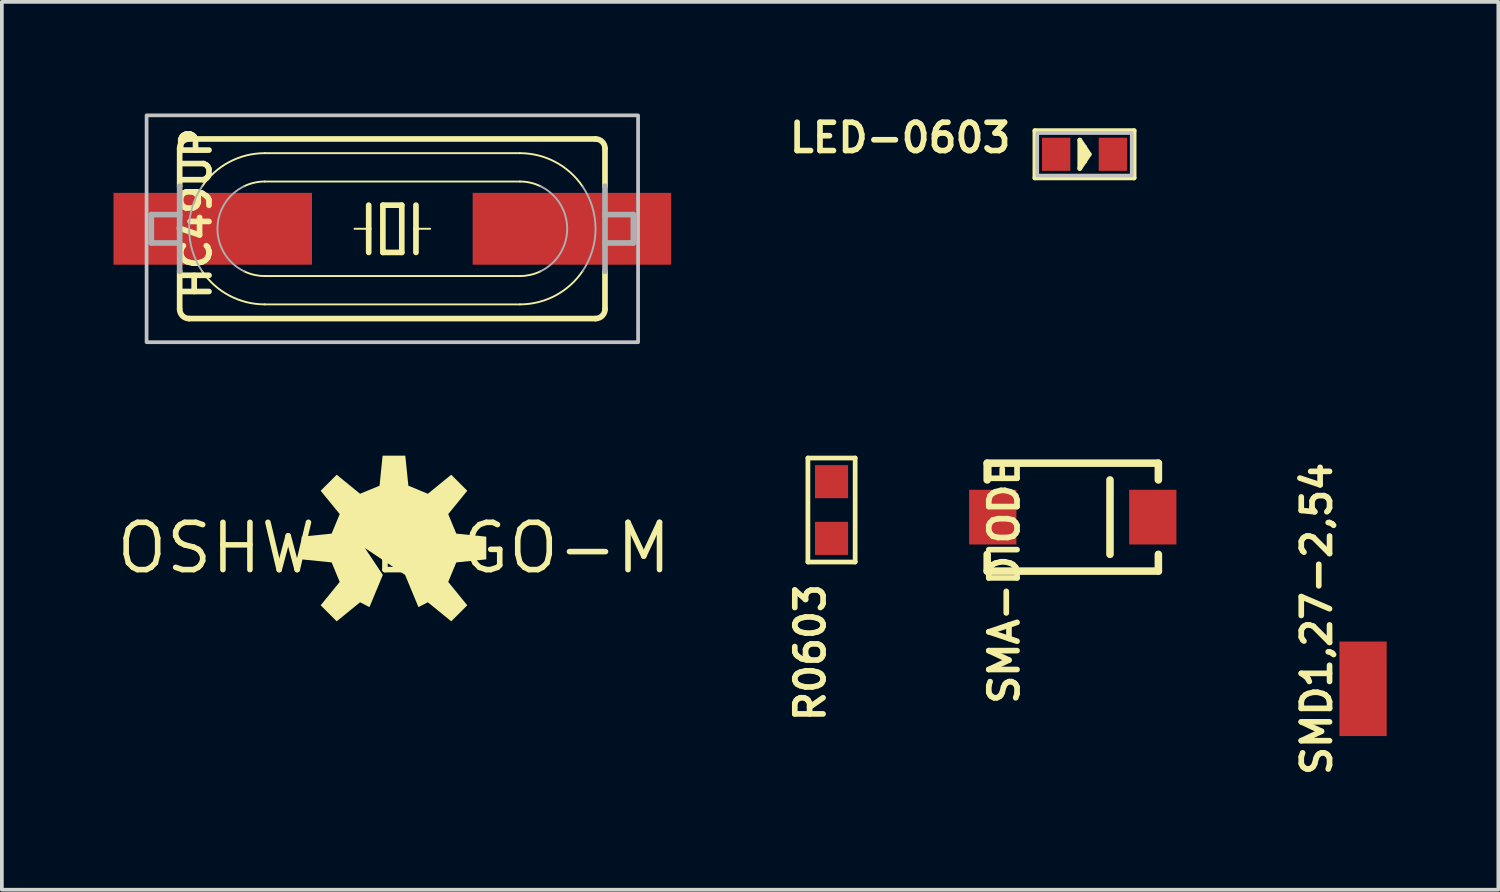
<source format=kicad_pcb>
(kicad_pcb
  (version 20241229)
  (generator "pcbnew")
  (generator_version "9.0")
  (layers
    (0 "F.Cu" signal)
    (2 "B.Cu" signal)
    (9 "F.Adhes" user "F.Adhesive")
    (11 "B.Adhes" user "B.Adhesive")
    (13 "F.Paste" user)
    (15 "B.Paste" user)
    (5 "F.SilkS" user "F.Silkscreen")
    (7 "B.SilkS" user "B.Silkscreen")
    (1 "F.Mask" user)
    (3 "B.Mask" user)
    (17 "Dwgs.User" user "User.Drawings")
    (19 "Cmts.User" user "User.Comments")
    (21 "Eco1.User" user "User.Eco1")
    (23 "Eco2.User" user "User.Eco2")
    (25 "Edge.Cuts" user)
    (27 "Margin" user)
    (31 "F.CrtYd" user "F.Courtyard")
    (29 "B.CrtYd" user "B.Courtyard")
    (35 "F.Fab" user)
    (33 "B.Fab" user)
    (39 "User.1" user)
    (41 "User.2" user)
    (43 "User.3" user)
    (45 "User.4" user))
  (footprint "SMA-DIODE"
    (layer "F.Cu")
    (at 25.779 10.847)
    (property "Reference" "SMA-DIODE" (at -2.286 -1.651 270) (layer "F.SilkS") (effects (font (size 0.76 0.76) (thickness 0.152)) (justify right top)))
    (attr through_hole)
    (fp_line (start -2.3 -1.45) (end 2.3 -1.45) (stroke (width 0.203) (type solid)) (layer "F.SilkS"))
    (fp_line (start -2.3 -1) (end -2.3 -1.45) (stroke (width 0.203) (type solid)) (layer "F.SilkS"))
    (fp_line (start -2.3 1.45) (end -2.3 1) (stroke (width 0.203) (type solid)) (layer "F.SilkS"))
    (fp_line (start 1 -1) (end 1 1) (stroke (width 0.203) (type solid)) (layer "F.SilkS"))
    (fp_line (start 2.3 -1.45) (end 2.3 -1) (stroke (width 0.203) (type solid)) (layer "F.SilkS"))
    (fp_line (start 2.3 1) (end 2.3 1.45) (stroke (width 0.203) (type solid)) (layer "F.SilkS"))
    (fp_line (start 2.3 1.45) (end -2.3 1.45) (stroke (width 0.203) (type solid)) (layer "F.SilkS"))
    (pad "A" smd rect (at -2.15 0 180) (size 1.27 1.47) (layers "F.Cu" "F.Mask" "F.Paste"))
    (pad "C" smd rect (at 2.15 0) (size 1.27 1.47) (layers "F.Cu" "F.Mask" "F.Paste")))
  (footprint "SMD1,27-2,54"
    (layer "F.Cu")
    (at 33.58 15.46)
    (property "Reference" "SMD1,27-2,54" (at -0.8 2.4 270) (layer "F.SilkS") (effects (font (size 0.76 0.76) (thickness 0.152)) (justify left bottom)))
    (attr through_hole)
    (pad "1" smd rect (at 0 0) (size 1.27 2.54) (layers "F.Cu" "F.Mask" "F.Paste")))
  (footprint "R0603"
    (layer "F.Cu")
    (at 19.296 10.656)
    (property "Reference" "R0603" (at -1.016 1.905 270) (layer "F.SilkS") (effects (font (size 0.76 0.76) (thickness 0.152)) (justify right top)))
    (attr through_hole)
    (fp_line (start -0.635 -1.397) (end 0.635 -1.397) (stroke (width 0.127) (type solid)) (layer "F.SilkS"))
    (fp_line (start -0.635 1.397) (end -0.635 -1.397) (stroke (width 0.127) (type solid)) (layer "F.SilkS"))
    (fp_line (start 0.635 -1.397) (end 0.635 1.397) (stroke (width 0.127) (type solid)) (layer "F.SilkS"))
    (fp_line (start 0.635 1.397) (end -0.635 1.397) (stroke (width 0.127) (type solid)) (layer "F.SilkS"))
    (pad "1" smd rect (at 0 -0.762 270) (size 0.889 0.889) (layers "F.Cu" "F.Mask" "F.Paste"))
    (pad "2" smd rect (at 0 0.762 270) (size 0.889 0.889) (layers "F.Cu" "F.Mask" "F.Paste")))
  (footprint "OSHW-LOGO-M"
    (layer "F.Cu")
    (at 7.537 11.677)
    (property "Reference" "OSHW-LOGO-M" (at 0 0 0) (layer "F.SilkS") (effects (font (size 1.27 1.27) (thickness 0.15))))
    (attr through_hole)
    (fp_poly (pts (xy 0.658 1.588) (xy 0.911 1.458) (xy 1.539 1.97) (xy 1.97 1.539) (xy 1.458 0.911) (xy 1.675 0.387) (xy 2.481 0.305) (xy 2.481 -0.305) (xy 1.675 -0.387) (xy 1.458 -0.911) (xy 1.97 -1.539) (xy 1.539 -1.97) (xy 0.911 -1.458) (xy 0.387 -1.675) (xy 0.305 -2.481) (xy -0.305 -2.481) (xy -0.387 -1.675) (xy -0.911 -1.458) (xy -1.539 -1.97) (xy -1.97 -1.539) (xy -1.458 -0.911) (xy -1.675 -0.387) (xy -2.481 -0.305) (xy -2.481 0.305) (xy -1.675 0.387) (xy -1.458 0.911) (xy -1.97 1.539) (xy -1.539 1.97) (xy -0.911 1.458) (xy -0.658 1.588) (xy -0.299 0.722) (xy -0.781 0) (xy 0.299 0.722)) (stroke (width 0) (type solid)) (fill yes) (layer "F.SilkS")))
  (footprint "HC49UP"
    (layer "F.Cu")
    (at 7.493 3.098)
    (property "Reference" "HC49UP" (at -5.715 -2.794 270) (layer "F.SilkS") (effects (font (size 0.76 0.76) (thickness 0.152)) (justify right top)))
    (attr through_hole)
    (fp_line (start -5.715 -1.143) (end -5.715 -2.159) (stroke (width 0.152) (type solid)) (layer "F.SilkS"))
    (fp_line (start -5.715 2.159) (end -5.715 1.143) (stroke (width 0.152) (type solid)) (layer "F.SilkS"))
    (fp_line (start -3.429 -2.032) (end 3.429 -2.032) (stroke (width 0.051) (type solid)) (layer "F.SilkS"))
    (fp_line (start -3.429 -1.27) (end 3.429 -1.27) (stroke (width 0.051) (type solid)) (layer "F.SilkS"))
    (fp_line (start -0.635 -0.635) (end -0.635 0) (stroke (width 0.152) (type solid)) (layer "F.SilkS"))
    (fp_line (start -0.635 0) (end -1.016 0) (stroke (width 0.051) (type solid)) (layer "F.SilkS"))
    (fp_line (start -0.635 0) (end -0.635 0.635) (stroke (width 0.152) (type solid)) (layer "F.SilkS"))
    (fp_line (start -0.254 -0.635) (end -0.254 0.635) (stroke (width 0.152) (type solid)) (layer "F.SilkS"))
    (fp_line (start -0.254 0.635) (end 0.254 0.635) (stroke (width 0.152) (type solid)) (layer "F.SilkS"))
    (fp_line (start 0.254 -0.635) (end -0.254 -0.635) (stroke (width 0.152) (type solid)) (layer "F.SilkS"))
    (fp_line (start 0.254 0.635) (end 0.254 -0.635) (stroke (width 0.152) (type solid)) (layer "F.SilkS"))
    (fp_line (start 0.635 -0.635) (end 0.635 0) (stroke (width 0.152) (type solid)) (layer "F.SilkS"))
    (fp_line (start 0.635 0) (end 0.635 0.635) (stroke (width 0.152) (type solid)) (layer "F.SilkS"))
    (fp_line (start 0.635 0) (end 1.016 0) (stroke (width 0.051) (type solid)) (layer "F.SilkS"))
    (fp_line (start 3.429 1.27) (end -3.429 1.27) (stroke (width 0.051) (type solid)) (layer "F.SilkS"))
    (fp_line (start 3.429 2.032) (end -3.429 2.032) (stroke (width 0.051) (type solid)) (layer "F.SilkS"))
    (fp_line (start 5.461 -2.413) (end -5.461 -2.413) (stroke (width 0.152) (type solid)) (layer "F.SilkS"))
    (fp_line (start 5.461 2.413) (end -5.461 2.413) (stroke (width 0.152) (type solid)) (layer "F.SilkS"))
    (fp_line (start 5.715 -1.143) (end 5.715 -2.159) (stroke (width 0.152) (type solid)) (layer "F.SilkS"))
    (fp_line (start 5.715 2.159) (end 5.715 1.143) (stroke (width 0.152) (type solid)) (layer "F.SilkS"))
    (fp_arc (start -5.715 -2.159) (mid -5.640605 -2.338605) (end -5.461 -2.413) (stroke (width 0.1524) (type solid)) (layer "F.SilkS"))
    (fp_arc (start -5.461 2.413) (mid -5.640605 2.338605) (end -5.715 2.159) (stroke (width 0.1524) (type solid)) (layer "F.SilkS"))
    (fp_arc (start -5.1091 -1.143) (mid -4.379417 -1.796107) (end -3.429 -2.032101) (stroke (width 0.0508) (type solid)) (layer "F.SilkS"))
    (fp_arc (start -3.9826 -1.143) (mid -3.712991 -1.237845) (end -3.429 -1.27) (stroke (width 0.0508) (type solid)) (layer "F.SilkS"))
    (fp_arc (start -3.429 1.27) (mid -3.712991 1.237845) (end -3.9826 1.143) (stroke (width 0.0508) (type solid)) (layer "F.SilkS"))
    (fp_arc (start -3.429 2.032001) (mid -4.379408 1.796063) (end -5.1091 1.143) (stroke (width 0.0508) (type solid)) (layer "F.SilkS"))
    (fp_arc (start 3.429 -2.032) (mid 4.379408 -1.796062) (end 5.1091 -1.142999) (stroke (width 0.0508) (type solid)) (layer "F.SilkS"))
    (fp_arc (start 3.429 -1.27) (mid 3.712991 -1.237845) (end 3.9826 -1.143) (stroke (width 0.0508) (type solid)) (layer "F.SilkS"))
    (fp_arc (start 3.9826 1.143) (mid 3.712991 1.237845) (end 3.429 1.27) (stroke (width 0.0508) (type solid)) (layer "F.SilkS"))
    (fp_arc (start 5.109 1.142899) (mid 4.379368 1.795994) (end 3.429 2.032) (stroke (width 0.0508) (type solid)) (layer "F.SilkS"))
    (fp_arc (start 5.461 -2.413) (mid 5.640605 -2.338605) (end 5.715 -2.159) (stroke (width 0.1524) (type solid)) (layer "F.SilkS"))
    (fp_arc (start 5.715 2.159) (mid 5.640605 2.338605) (end 5.461 2.413) (stroke (width 0.1524) (type solid)) (layer "F.SilkS"))
    (fp_poly (pts (xy -6.604 3.048) (xy 6.604 3.048) (xy 6.604 -3.048) (xy -6.604 -3.048)) (stroke (width 0.1) (type solid)) (fill no) (layer "Dwgs.User"))
    (fp_line (start -6.477 0.381) (end -6.477 -0.381) (stroke (width 0.152) (type solid)) (layer "F.Fab"))
    (fp_line (start -5.715 -0.381) (end -6.477 -0.381) (stroke (width 0.152) (type solid)) (layer "F.Fab"))
    (fp_line (start -5.715 -0.381) (end -5.715 -1.143) (stroke (width 0.152) (type solid)) (layer "F.Fab"))
    (fp_line (start -5.715 0.381) (end -6.477 0.381) (stroke (width 0.152) (type solid)) (layer "F.Fab"))
    (fp_line (start -5.715 0.381) (end -5.715 -0.381) (stroke (width 0.152) (type solid)) (layer "F.Fab"))
    (fp_line (start -5.715 1.143) (end -5.715 0.381) (stroke (width 0.152) (type solid)) (layer "F.Fab"))
    (fp_line (start 5.715 -0.381) (end 6.477 -0.381) (stroke (width 0.152) (type solid)) (layer "F.Fab"))
    (fp_line (start 5.715 0.381) (end 6.477 0.381) (stroke (width 0.152) (type solid)) (layer "F.Fab"))
    (fp_line (start 5.715 1.143) (end 5.715 -1.143) (stroke (width 0.152) (type solid)) (layer "F.Fab"))
    (fp_line (start 6.477 0.381) (end 6.477 -0.381) (stroke (width 0.152) (type solid)) (layer "F.Fab"))
    (fp_arc (start -5.1091 1.143) (mid -5.46104 0) (end -5.1091 -1.143) (stroke (width 0.0508) (type solid)) (layer "F.Fab"))
    (fp_arc (start -3.9826 1.143) (mid -4.699009 0) (end -3.9826 -1.143) (stroke (width 0.0508) (type solid)) (layer "F.Fab"))
    (fp_arc (start 3.9826 -1.143) (mid 4.699009 0) (end 3.9826 1.143) (stroke (width 0.0508) (type solid)) (layer "F.Fab"))
    (fp_arc (start 5.1091 -1.143) (mid 5.46104 0) (end 5.1091 1.143) (stroke (width 0.0508) (type solid)) (layer "F.Fab"))
    (pad "1" smd rect (at -4.826 0) (size 5.334 1.93) (layers "F.Cu" "F.Mask" "F.Paste"))
    (pad "2" smd rect (at 4.826 0) (size 5.334 1.93) (layers "F.Cu" "F.Mask" "F.Paste")))
  (footprint "LED-0603"
    (layer "F.Cu")
    (at 26.094 1.096)
    (property "Reference" "LED-0603" (at -1.905 -0.889 0) (layer "F.SilkS") (effects (font (size 0.76 0.76) (thickness 0.152)) (justify right top)))
    (attr through_hole)
    (fp_line (start -1.333 -0.635) (end 1.333 -0.635) (stroke (width 0.127) (type solid)) (layer "F.SilkS"))
    (fp_line (start -1.333 0.635) (end -1.333 -0.635) (stroke (width 0.127) (type solid)) (layer "F.SilkS"))
    (fp_line (start -0.127 -0.381) (end -0.127 0.381) (stroke (width 0.127) (type solid)) (layer "F.SilkS"))
    (fp_line (start -0.127 0.381) (end 0 0.191) (stroke (width 0.127) (type solid)) (layer "F.SilkS"))
    (fp_line (start -0.064 -0.254) (end -0.064 0.254) (stroke (width 0.127) (type solid)) (layer "F.SilkS"))
    (fp_line (start 0 -0.191) (end -0.127 -0.381) (stroke (width 0.127) (type solid)) (layer "F.SilkS"))
    (fp_line (start 0 -0.191) (end 0 0.191) (stroke (width 0.127) (type solid)) (layer "F.SilkS"))
    (fp_line (start 0 0.191) (end 0.127 0) (stroke (width 0.127) (type solid)) (layer "F.SilkS"))
    (fp_line (start 0.127 0) (end 0 -0.191) (stroke (width 0.127) (type solid)) (layer "F.SilkS"))
    (fp_line (start 1.333 -0.635) (end 1.333 0.635) (stroke (width 0.127) (type solid)) (layer "F.SilkS"))
    (fp_line (start 1.333 0.635) (end -1.333 0.635) (stroke (width 0.127) (type solid)) (layer "F.SilkS"))
    (fp_poly (pts (xy -1.27 0.572) (xy 1.27 0.572) (xy 1.27 -0.572) (xy -1.27 -0.572)) (stroke (width 0.1) (type solid)) (fill no) (layer "Dwgs.User"))
    (pad "+" smd rect (at -0.762 0) (size 0.762 0.889) (layers "F.Cu" "F.Mask" "F.Paste"))
    (pad "-" smd rect (at 0.762 0) (size 0.762 0.889) (layers "F.Cu" "F.Mask" "F.Paste")))
  (gr_rect
    (start -3 -3)
    (end 37.215 20.86)
    (stroke (width 0.1) (type default))
    (fill no)
    (layer "Edge.Cuts")))
</source>
